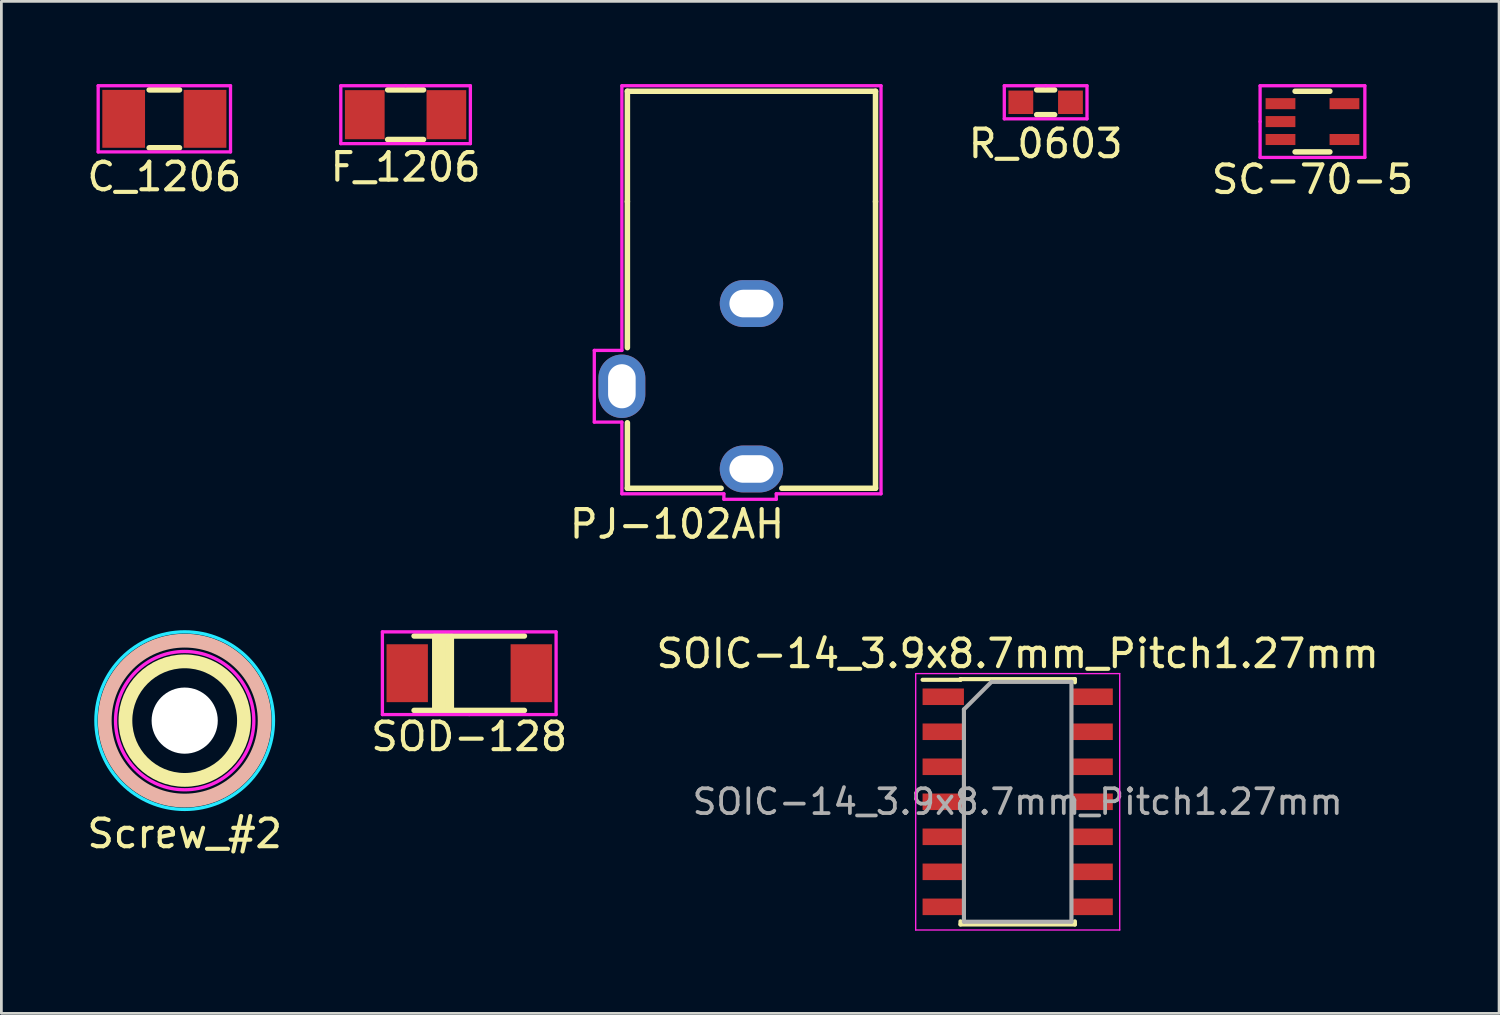
<source format=kicad_pcb>
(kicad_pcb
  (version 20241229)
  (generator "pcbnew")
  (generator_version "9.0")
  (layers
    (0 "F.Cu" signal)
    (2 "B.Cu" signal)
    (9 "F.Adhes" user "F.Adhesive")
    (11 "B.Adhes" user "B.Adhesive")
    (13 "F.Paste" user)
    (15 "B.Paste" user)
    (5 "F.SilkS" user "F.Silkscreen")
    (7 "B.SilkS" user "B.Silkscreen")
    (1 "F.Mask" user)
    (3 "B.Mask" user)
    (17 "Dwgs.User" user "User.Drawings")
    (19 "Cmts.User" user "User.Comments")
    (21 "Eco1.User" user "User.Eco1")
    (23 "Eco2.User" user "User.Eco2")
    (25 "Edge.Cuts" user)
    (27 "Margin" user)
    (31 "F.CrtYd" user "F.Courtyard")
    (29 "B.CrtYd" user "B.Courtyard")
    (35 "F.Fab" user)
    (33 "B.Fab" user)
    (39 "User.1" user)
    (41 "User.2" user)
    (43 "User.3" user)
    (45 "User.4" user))
  (footprint "SOIC-14_3.9x8.7mm_Pitch1.27mm"
    (layer "F.Cu")
    (at 33.863 26.032)
    (property "Reference" "SOIC-14_3.9x8.7mm_Pitch1.27mm" (at 0 -5.375 0) (layer "F.SilkS") (effects (font (size 1 1) (thickness 0.15))))
    (attr smd)
    (fp_line (start -2.075 -4.45) (end -2.075 -4.425) (stroke (width 0.15) (type solid)) (layer "F.SilkS"))
    (fp_line (start -2.075 -4.45) (end 2.075 -4.45) (stroke (width 0.15) (type solid)) (layer "F.SilkS"))
    (fp_line (start -2.075 -4.425) (end -3.45 -4.425) (stroke (width 0.15) (type solid)) (layer "F.SilkS"))
    (fp_line (start -2.075 4.45) (end -2.075 4.335) (stroke (width 0.15) (type solid)) (layer "F.SilkS"))
    (fp_line (start -2.075 4.45) (end 2.075 4.45) (stroke (width 0.15) (type solid)) (layer "F.SilkS"))
    (fp_line (start 2.075 -4.45) (end 2.075 -4.335) (stroke (width 0.15) (type solid)) (layer "F.SilkS"))
    (fp_line (start 2.075 4.45) (end 2.075 4.335) (stroke (width 0.15) (type solid)) (layer "F.SilkS"))
    (fp_line (start -3.7 -4.65) (end -3.7 4.65) (stroke (width 0.05) (type solid)) (layer "F.CrtYd"))
    (fp_line (start -3.7 -4.65) (end 3.7 -4.65) (stroke (width 0.05) (type solid)) (layer "F.CrtYd"))
    (fp_line (start -3.7 4.65) (end 3.7 4.65) (stroke (width 0.05) (type solid)) (layer "F.CrtYd"))
    (fp_line (start 3.7 -4.65) (end 3.7 4.65) (stroke (width 0.05) (type solid)) (layer "F.CrtYd"))
    (fp_line (start -1.95 -3.35) (end -0.95 -4.35) (stroke (width 0.15) (type solid)) (layer "F.Fab"))
    (fp_line (start -1.95 4.35) (end -1.95 -3.35) (stroke (width 0.15) (type solid)) (layer "F.Fab"))
    (fp_line (start -0.95 -4.35) (end 1.95 -4.35) (stroke (width 0.15) (type solid)) (layer "F.Fab"))
    (fp_line (start 1.95 -4.35) (end 1.95 4.35) (stroke (width 0.15) (type solid)) (layer "F.Fab"))
    (fp_line (start 1.95 4.35) (end -1.95 4.35) (stroke (width 0.15) (type solid)) (layer "F.Fab"))
    (fp_text user "${REFERENCE}" (at 0 0 0) (layer "F.Fab") (effects (font (size 0.9 0.9) (thickness 0.135))))
    (pad "1" smd rect (at -2.7 -3.81) (size 1.5 0.6) (layers "F.Cu" "F.Mask" "F.Paste"))
    (pad "2" smd rect (at -2.7 -2.54) (size 1.5 0.6) (layers "F.Cu" "F.Mask" "F.Paste"))
    (pad "3" smd rect (at -2.7 -1.27) (size 1.5 0.6) (layers "F.Cu" "F.Mask" "F.Paste"))
    (pad "4" smd rect (at -2.7 0) (size 1.5 0.6) (layers "F.Cu" "F.Mask" "F.Paste"))
    (pad "5" smd rect (at -2.7 1.27) (size 1.5 0.6) (layers "F.Cu" "F.Mask" "F.Paste"))
    (pad "6" smd rect (at -2.7 2.54) (size 1.5 0.6) (layers "F.Cu" "F.Mask" "F.Paste"))
    (pad "7" smd rect (at -2.7 3.81) (size 1.5 0.6) (layers "F.Cu" "F.Mask" "F.Paste"))
    (pad "8" smd rect (at 2.7 3.81) (size 1.5 0.6) (layers "F.Cu" "F.Mask" "F.Paste"))
    (pad "9" smd rect (at 2.7 2.54) (size 1.5 0.6) (layers "F.Cu" "F.Mask" "F.Paste"))
    (pad "10" smd rect (at 2.7 1.27) (size 1.5 0.6) (layers "F.Cu" "F.Mask" "F.Paste"))
    (pad "11" smd rect (at 2.7 0) (size 1.5 0.6) (layers "F.Cu" "F.Mask" "F.Paste"))
    (pad "12" smd rect (at 2.7 -1.27) (size 1.5 0.6) (layers "F.Cu" "F.Mask" "F.Paste"))
    (pad "13" smd rect (at 2.7 -2.54) (size 1.5 0.6) (layers "F.Cu" "F.Mask" "F.Paste"))
    (pad "14" smd rect (at 2.7 -3.81) (size 1.5 0.6) (layers "F.Cu" "F.Mask" "F.Paste")))
  (footprint "PJ-102AH"
    (layer "F.Cu")
    (at 24.206 13.96)
    (property "Reference" "PJ-102AH" (at -2.7 2 0) (layer "F.SilkS") (effects (font (size 1 1) (thickness 0.15))))
    (attr through_hole)
    (fp_line (start -4.5 -13.7) (end 4.5 -13.7) (stroke (width 0.2) (type solid)) (layer "F.SilkS"))
    (fp_line (start -4.5 -9.7) (end -4.5 -13.7) (stroke (width 0.2) (type solid)) (layer "F.SilkS"))
    (fp_line (start -4.5 -9.7) (end -4.5 -4.4) (stroke (width 0.2) (type solid)) (layer "F.SilkS"))
    (fp_line (start -4.5 -1.676) (end -4.5 0.7) (stroke (width 0.2) (type solid)) (layer "F.SilkS"))
    (fp_line (start -4.5 0.7) (end -1.1 0.7) (stroke (width 0.2) (type solid)) (layer "F.SilkS"))
    (fp_line (start 4.5 -9.7) (end 4.5 -13.7) (stroke (width 0.2) (type solid)) (layer "F.SilkS"))
    (fp_line (start 4.5 -9.7) (end 4.5 0.7) (stroke (width 0.2) (type solid)) (layer "F.SilkS"))
    (fp_line (start 4.5 0.7) (end 1.1 0.7) (stroke (width 0.2) (type solid)) (layer "F.SilkS"))
    (fp_line (start -5.7 -4.3) (end -5.7 -1.7) (stroke (width 0.12) (type solid)) (layer "F.CrtYd"))
    (fp_line (start -5.7 -1.7) (end -4.7 -1.7) (stroke (width 0.12) (type solid)) (layer "F.CrtYd"))
    (fp_line (start -4.7 -13.9) (end -4.7 -4.3) (stroke (width 0.12) (type solid)) (layer "F.CrtYd"))
    (fp_line (start -4.7 -4.3) (end -5.7 -4.3) (stroke (width 0.12) (type solid)) (layer "F.CrtYd"))
    (fp_line (start -4.7 -1.7) (end -4.7 0.9) (stroke (width 0.12) (type solid)) (layer "F.CrtYd"))
    (fp_line (start -4.7 0.9) (end -1 0.9) (stroke (width 0.12) (type solid)) (layer "F.CrtYd"))
    (fp_line (start -1 0.9) (end -1 1.1) (stroke (width 0.12) (type solid)) (layer "F.CrtYd"))
    (fp_line (start -1 1.1) (end 0.9 1.1) (stroke (width 0.12) (type solid)) (layer "F.CrtYd"))
    (fp_line (start 0.9 0.9) (end 4.7 0.9) (stroke (width 0.12) (type solid)) (layer "F.CrtYd"))
    (fp_line (start 0.9 1.1) (end 0.9 0.9) (stroke (width 0.12) (type solid)) (layer "F.CrtYd"))
    (fp_line (start 4.7 -13.9) (end -4.7 -13.9) (stroke (width 0.12) (type solid)) (layer "F.CrtYd"))
    (fp_line (start 4.7 0.9) (end 4.7 -13.9) (stroke (width 0.12) (type solid)) (layer "F.CrtYd"))
    (pad "1" thru_hole oval (at 0 0) (size 2.3 1.7) (drill oval 1.6 1) (layers "*.Cu" "*.Mask"))
    (pad "2" thru_hole oval (at 0 -6) (size 2.3 1.7) (drill oval 1.6 1) (layers "*.Cu" "*.Mask"))
    (pad "3" thru_hole oval (at -4.7 -3 90) (size 2.3 1.7) (drill oval 1.6 1) (layers "*.Cu" "*.Mask")))
  (footprint "SC-70-5"
    (layer "F.Cu")
    (at 44.555 1.36)
    (property "Reference" "SC-70-5" (at 0 2.1 0) (layer "F.SilkS") (effects (font (size 1 1) (thickness 0.15))))
    (attr through_hole)
    (fp_line (start -0.63 -1.1) (end 0.63 -1.1) (stroke (width 0.2) (type solid)) (layer "F.SilkS"))
    (fp_line (start -0.63 1.1) (end 0.63 1.1) (stroke (width 0.2) (type solid)) (layer "F.SilkS"))
    (fp_line (start -1.9 -1.3) (end 1.9 -1.3) (stroke (width 0.12) (type solid)) (layer "F.CrtYd"))
    (fp_line (start -1.9 0) (end -1.9 -1.3) (stroke (width 0.12) (type solid)) (layer "F.CrtYd"))
    (fp_line (start -1.9 1.3) (end -1.9 0) (stroke (width 0.12) (type solid)) (layer "F.CrtYd"))
    (fp_line (start 1.9 -1.3) (end 1.9 1.3) (stroke (width 0.12) (type solid)) (layer "F.CrtYd"))
    (fp_line (start 1.9 1.3) (end -1.9 1.3) (stroke (width 0.12) (type solid)) (layer "F.CrtYd"))
    (pad "1" smd rect (at -1.16 -0.65) (size 1.08 0.4) (layers "F.Cu" "F.Mask" "F.Paste"))
    (pad "2" smd rect (at -1.16 0) (size 1.08 0.4) (layers "F.Cu" "F.Mask" "F.Paste"))
    (pad "3" smd rect (at -1.16 0.65) (size 1.08 0.4) (layers "F.Cu" "F.Mask" "F.Paste"))
    (pad "4" smd rect (at 1.16 0.65) (size 1.08 0.4) (layers "F.Cu" "F.Mask" "F.Paste"))
    (pad "5" smd rect (at 1.16 -0.65) (size 1.08 0.4) (layers "F.Cu" "F.Mask" "F.Paste")))
  (footprint "F_1206"
    (layer "F.Cu")
    (at 11.661 1.11)
    (property "Reference" "F_1206" (at 0 1.9 0) (layer "F.SilkS") (effects (font (size 1 1) (thickness 0.15))))
    (attr through_hole)
    (fp_line (start -0.65 -0.9) (end 0.65 -0.9) (stroke (width 0.2) (type solid)) (layer "F.SilkS"))
    (fp_line (start -0.65 0.9) (end 0.65 0.9) (stroke (width 0.2) (type solid)) (layer "F.SilkS"))
    (fp_line (start -2.35 -1.05) (end -2.35 1.05) (stroke (width 0.12) (type solid)) (layer "F.CrtYd"))
    (fp_line (start -2.35 1.05) (end 2.35 1.05) (stroke (width 0.12) (type solid)) (layer "F.CrtYd"))
    (fp_line (start 0 -1.05) (end -2.35 -1.05) (stroke (width 0.12) (type solid)) (layer "F.CrtYd"))
    (fp_line (start 2.35 -1.05) (end 0 -1.05) (stroke (width 0.12) (type solid)) (layer "F.CrtYd"))
    (fp_line (start 2.35 1.05) (end 2.35 -1.05) (stroke (width 0.12) (type solid)) (layer "F.CrtYd"))
    (pad "1" smd rect (at -1.48 0) (size 1.44 1.78) (layers "F.Cu" "F.Mask" "F.Paste"))
    (pad "2" smd rect (at 1.48 0) (size 1.44 1.78) (layers "F.Cu" "F.Mask" "F.Paste")))
  (footprint "Screw_#2"
    (layer "F.Cu")
    (at 3.649 23.088)
    (property "Reference" "Screw_#2" (at 0 4.1 0) (layer "F.SilkS") (effects (font (size 1 1) (thickness 0.15))))
    (attr through_hole)
    (fp_circle (center 0 0) (end 2.15 0) (stroke (width 0.5) (type solid)) (fill no) (layer "F.SilkS"))
    (fp_circle (center 0 0) (end 2.9 0) (stroke (width 0.5) (type solid)) (fill no) (layer "B.SilkS"))
    (fp_circle (center 0 0) (end 2.9 1.4) (stroke (width 0.12) (type solid)) (fill no) (layer "B.CrtYd"))
    (fp_circle (center 0 0) (end 2.3 1) (stroke (width 0.12) (type solid)) (fill no) (layer "F.CrtYd"))
    (pad "" np_thru_hole circle (at 0 0) (size 2.4 2.4) (drill 2.4) (layers "*.Cu" "*.Mask")))
  (footprint "C_1206"
    (layer "F.Cu")
    (at 2.911 1.26)
    (property "Reference" "C_1206" (at 0 2.1 0) (layer "F.SilkS") (effects (font (size 1 1) (thickness 0.15))))
    (attr through_hole)
    (fp_line (start -0.55 -1.05) (end 0.55 -1.05) (stroke (width 0.2) (type solid)) (layer "F.SilkS"))
    (fp_line (start -0.55 1.05) (end 0.55 1.05) (stroke (width 0.2) (type solid)) (layer "F.SilkS"))
    (fp_line (start -2.4 -1.2) (end 2.4 -1.2) (stroke (width 0.12) (type solid)) (layer "F.CrtYd"))
    (fp_line (start -2.4 1.2) (end -2.4 -1.2) (stroke (width 0.12) (type solid)) (layer "F.CrtYd"))
    (fp_line (start 2.4 -1.2) (end 2.4 1.2) (stroke (width 0.12) (type solid)) (layer "F.CrtYd"))
    (fp_line (start 2.4 1.2) (end -2.4 1.2) (stroke (width 0.12) (type solid)) (layer "F.CrtYd"))
    (pad "1" smd rect (at -1.475 0) (size 1.55 2.1) (layers "F.Cu" "F.Mask" "F.Paste"))
    (pad "2" smd rect (at 1.475 0) (size 1.55 2.1) (layers "F.Cu" "F.Mask" "F.Paste")))
  (footprint "SOD-128"
    (layer "F.Cu")
    (at 13.97 21.368)
    (property "Reference" "SOD-128" (at 0 2.3 0) (layer "F.SilkS") (effects (font (size 1 1) (thickness 0.15))))
    (attr through_hole)
    (fp_line (start -2 -1.35) (end 2 -1.35) (stroke (width 0.2) (type solid)) (layer "F.SilkS"))
    (fp_line (start -2 1.35) (end 2 1.35) (stroke (width 0.2) (type solid)) (layer "F.SilkS"))
    (fp_line (start -1.25 -1.35) (end -1.25 1.35) (stroke (width 0.2) (type solid)) (layer "F.SilkS"))
    (fp_line (start -1.15 1.3) (end -1.15 -1.35) (stroke (width 0.2) (type solid)) (layer "F.SilkS"))
    (fp_line (start -1.05 -1.35) (end -1.05 1.35) (stroke (width 0.2) (type solid)) (layer "F.SilkS"))
    (fp_line (start -0.95 1.35) (end -0.95 -1.35) (stroke (width 0.2) (type solid)) (layer "F.SilkS"))
    (fp_line (start -0.85 -1.35) (end -0.85 1.35) (stroke (width 0.2) (type solid)) (layer "F.SilkS"))
    (fp_line (start -0.75 1.35) (end -0.75 -1.35) (stroke (width 0.2) (type solid)) (layer "F.SilkS"))
    (fp_line (start -0.65 -1.35) (end -0.65 1.35) (stroke (width 0.2) (type solid)) (layer "F.SilkS"))
    (fp_line (start -3.15 -1.5) (end 3.15 -1.5) (stroke (width 0.12) (type solid)) (layer "F.CrtYd"))
    (fp_line (start -3.15 1.5) (end -3.15 -1.5) (stroke (width 0.12) (type solid)) (layer "F.CrtYd"))
    (fp_line (start 0 1.5) (end -3.15 1.5) (stroke (width 0.12) (type solid)) (layer "F.CrtYd"))
    (fp_line (start 3.15 -1.5) (end 3.15 1.5) (stroke (width 0.12) (type solid)) (layer "F.CrtYd"))
    (fp_line (start 3.15 1.5) (end 0 1.5) (stroke (width 0.12) (type solid)) (layer "F.CrtYd"))
    (pad "1" smd rect (at -2.25 0) (size 1.5 2.1) (layers "F.Cu" "F.Mask" "F.Paste"))
    (pad "2" smd rect (at 2.25 0) (size 1.5 2.1) (layers "F.Cu" "F.Mask" "F.Paste")))
  (footprint "R_0603"
    (layer "F.Cu")
    (at 34.877 0.66)
    (property "Reference" "R_0603" (at 0 1.5 0) (layer "F.SilkS") (effects (font (size 1 1) (thickness 0.15))))
    (attr through_hole)
    (fp_line (start -0.325 -0.45) (end 0.325 -0.45) (stroke (width 0.2) (type solid)) (layer "F.SilkS"))
    (fp_line (start -0.325 0.45) (end 0.325 0.45) (stroke (width 0.2) (type solid)) (layer "F.SilkS"))
    (fp_line (start -1.5 -0.6) (end -1.5 0.6) (stroke (width 0.12) (type solid)) (layer "F.CrtYd"))
    (fp_line (start -1.5 0.6) (end 1.5 0.6) (stroke (width 0.12) (type solid)) (layer "F.CrtYd"))
    (fp_line (start 0 -0.6) (end -1.5 -0.6) (stroke (width 0.12) (type solid)) (layer "F.CrtYd"))
    (fp_line (start 1.5 -0.6) (end 0 -0.6) (stroke (width 0.12) (type solid)) (layer "F.CrtYd"))
    (fp_line (start 1.5 0.6) (end 1.5 -0.6) (stroke (width 0.12) (type solid)) (layer "F.CrtYd"))
    (pad "1" smd rect (at -0.9 0) (size 0.9 0.85) (layers "F.Cu" "F.Mask" "F.Paste"))
    (pad "2" smd rect (at 0.9 0) (size 0.9 0.85) (layers "F.Cu" "F.Mask" "F.Paste")))
  (gr_rect
    (start -3 -3)
    (end 51.323 33.706)
    (stroke (width 0.1) (type default))
    (fill no)
    (layer "Edge.Cuts")))
</source>
